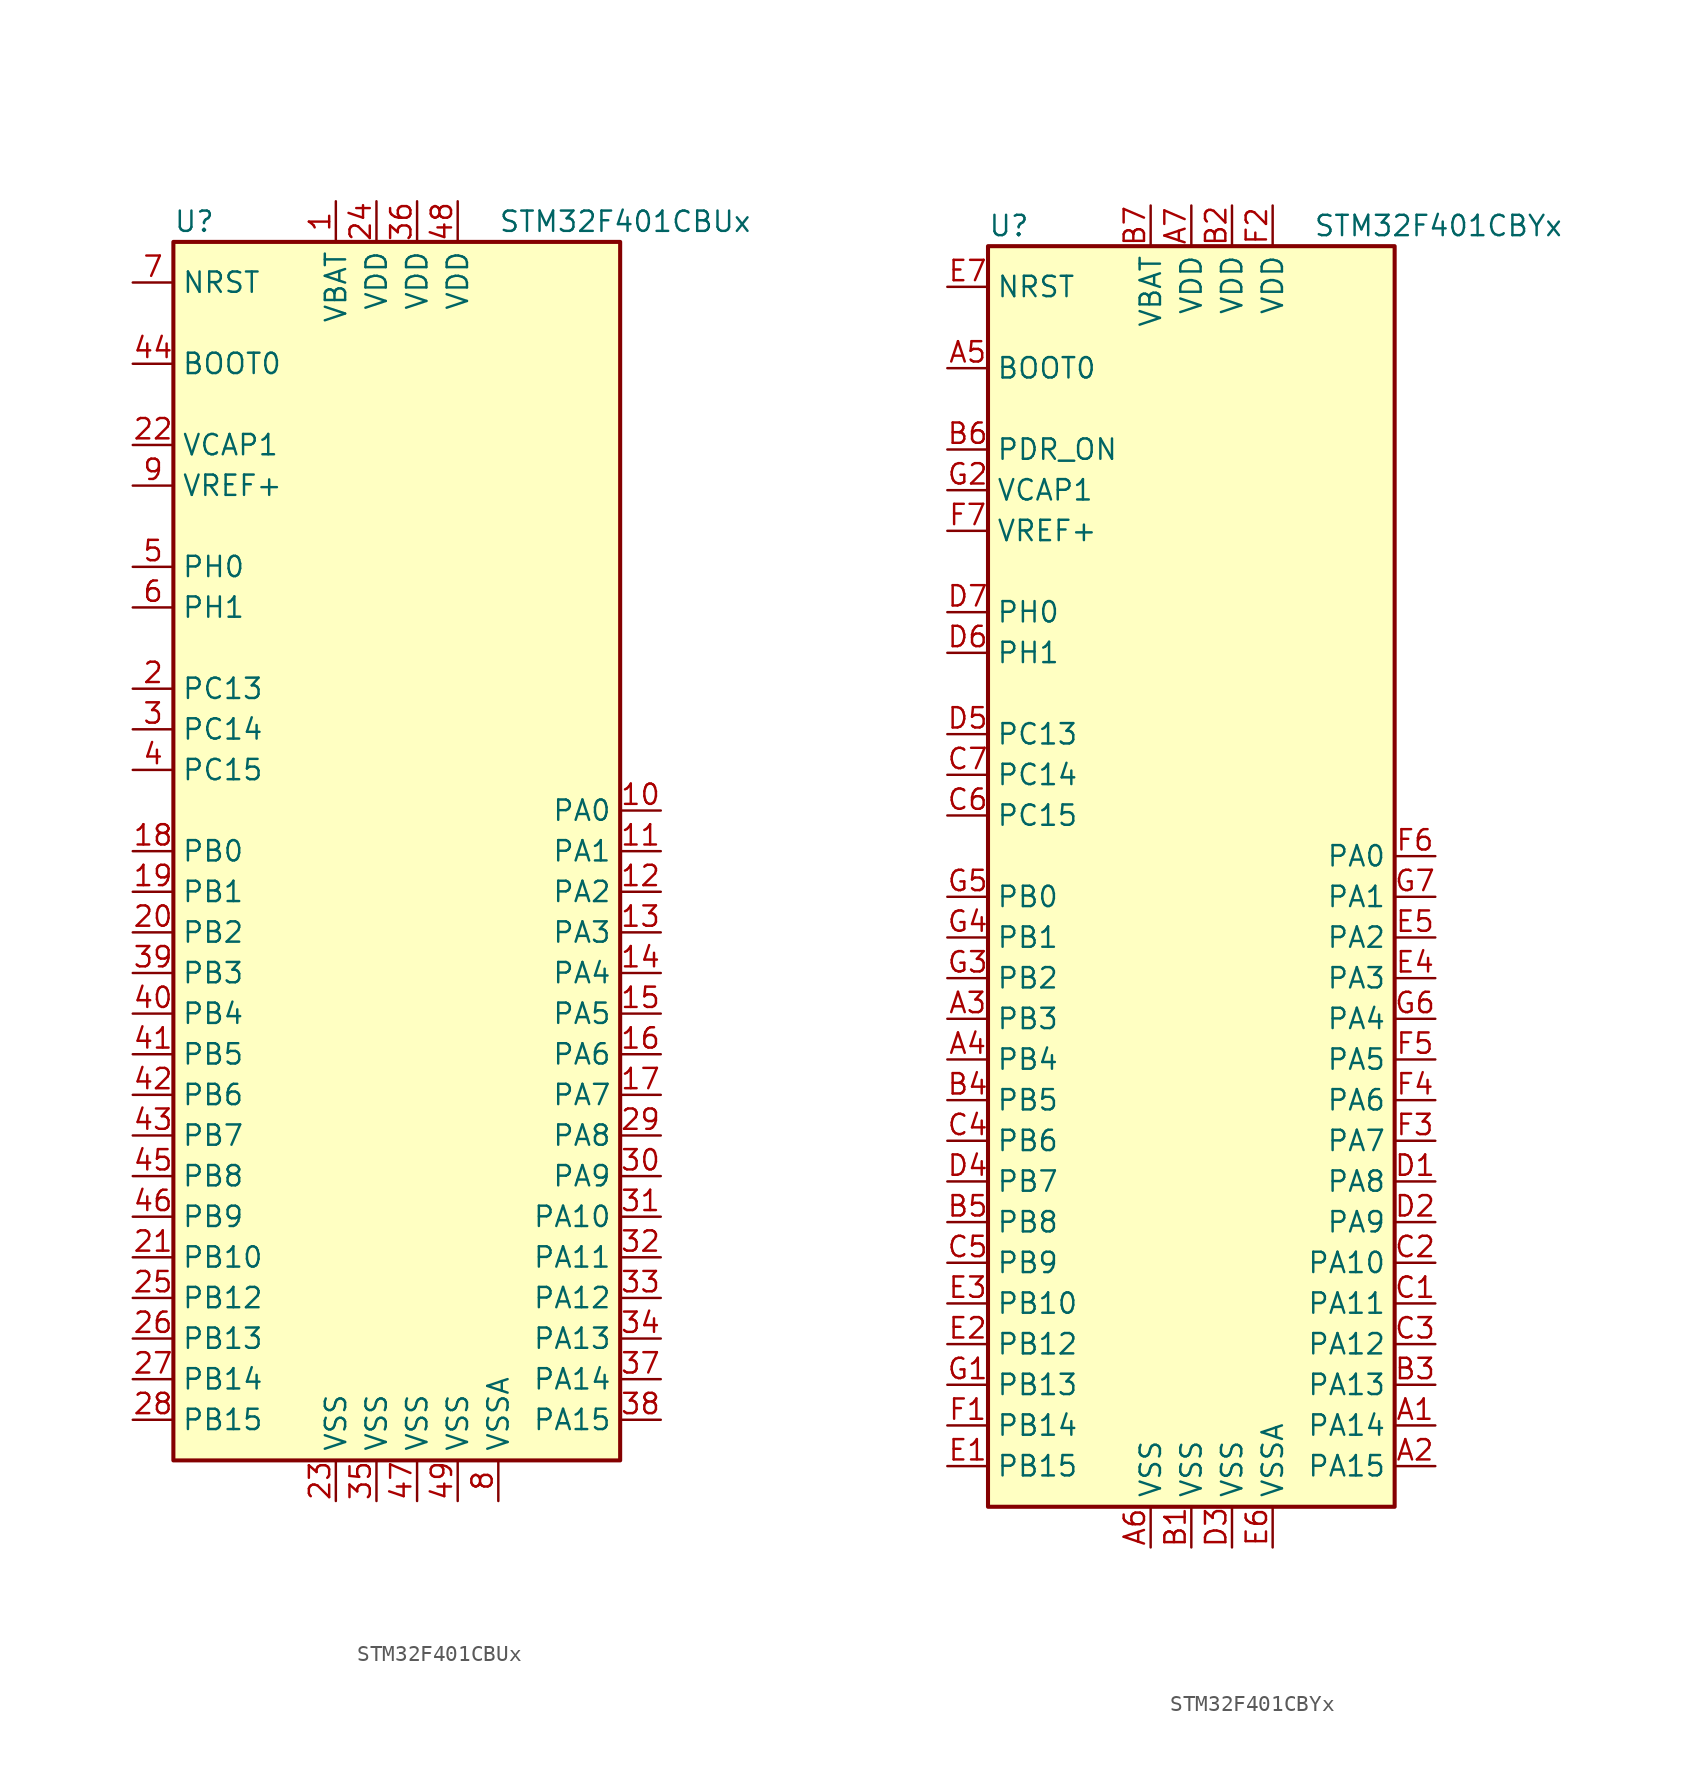
<source format=kicad_sym>
(kicad_symbol_lib
  (version 20220914)
  (generator kicad_symbol_editor)
  (symbol "STM32F401CBUx"
    (property "Reference" "U"
      (at -15.24 39.37 0)
      (effects (font (size 1.27 1.27)) (justify left)))
    (property "Value" "STM32F401CBUx"
      (at 5.08 39.37 0)
      (effects (font (size 1.27 1.27)) (justify left)))
    (symbol "STM32F401CBUx_0_1"
      (rectangle (start -15.24 -38.1) (end 12.7 38.1) (stroke (width 0.254) (type default)) (fill (type background))))
    (symbol "STM32F401CBUx_1_1"
      (pin power_in line (at -5.08 40.64 270) (length 2.54) (name "VBAT" (effects (font (size 1.27 1.27)))) (number "1" (effects (font (size 1.27 1.27)))))
      (pin bidirectional line (at 15.24 2.54 180) (length 2.54) (name "PA0" (effects (font (size 1.27 1.27)))) (number "10" (effects (font (size 1.27 1.27)))))
      (pin bidirectional line (at 15.24 0 180) (length 2.54) (name "PA1" (effects (font (size 1.27 1.27)))) (number "11" (effects (font (size 1.27 1.27)))))
      (pin bidirectional line (at 15.24 -2.54 180) (length 2.54) (name "PA2" (effects (font (size 1.27 1.27)))) (number "12" (effects (font (size 1.27 1.27)))))
      (pin bidirectional line (at 15.24 -5.08 180) (length 2.54) (name "PA3" (effects (font (size 1.27 1.27)))) (number "13" (effects (font (size 1.27 1.27)))))
      (pin bidirectional line (at 15.24 -7.62 180) (length 2.54) (name "PA4" (effects (font (size 1.27 1.27)))) (number "14" (effects (font (size 1.27 1.27)))))
      (pin bidirectional line (at 15.24 -10.16 180) (length 2.54) (name "PA5" (effects (font (size 1.27 1.27)))) (number "15" (effects (font (size 1.27 1.27)))))
      (pin bidirectional line (at 15.24 -12.7 180) (length 2.54) (name "PA6" (effects (font (size 1.27 1.27)))) (number "16" (effects (font (size 1.27 1.27)))))
      (pin bidirectional line (at 15.24 -15.24 180) (length 2.54) (name "PA7" (effects (font (size 1.27 1.27)))) (number "17" (effects (font (size 1.27 1.27)))))
      (pin bidirectional line (at -17.78 0 0) (length 2.54) (name "PB0" (effects (font (size 1.27 1.27)))) (number "18" (effects (font (size 1.27 1.27)))))
      (pin bidirectional line (at -17.78 -2.54 0) (length 2.54) (name "PB1" (effects (font (size 1.27 1.27)))) (number "19" (effects (font (size 1.27 1.27)))))
      (pin bidirectional line (at -17.78 10.16 0) (length 2.54) (name "PC13" (effects (font (size 1.27 1.27)))) (number "2" (effects (font (size 1.27 1.27)))))
      (pin bidirectional line (at -17.78 -5.08 0) (length 2.54) (name "PB2" (effects (font (size 1.27 1.27)))) (number "20" (effects (font (size 1.27 1.27)))))
      (pin bidirectional line (at -17.78 -25.4 0) (length 2.54) (name "PB10" (effects (font (size 1.27 1.27)))) (number "21" (effects (font (size 1.27 1.27)))))
      (pin power_in line (at -17.78 25.4 0) (length 2.54) (name "VCAP1" (effects (font (size 1.27 1.27)))) (number "22" (effects (font (size 1.27 1.27)))))
      (pin power_in line (at -5.08 -40.64 90) (length 2.54) (name "VSS" (effects (font (size 1.27 1.27)))) (number "23" (effects (font (size 1.27 1.27)))))
      (pin power_in line (at -2.54 40.64 270) (length 2.54) (name "VDD" (effects (font (size 1.27 1.27)))) (number "24" (effects (font (size 1.27 1.27)))))
      (pin bidirectional line (at -17.78 -27.94 0) (length 2.54) (name "PB12" (effects (font (size 1.27 1.27)))) (number "25" (effects (font (size 1.27 1.27)))))
      (pin bidirectional line (at -17.78 -30.48 0) (length 2.54) (name "PB13" (effects (font (size 1.27 1.27)))) (number "26" (effects (font (size 1.27 1.27)))))
      (pin bidirectional line (at -17.78 -33.02 0) (length 2.54) (name "PB14" (effects (font (size 1.27 1.27)))) (number "27" (effects (font (size 1.27 1.27)))))
      (pin bidirectional line (at -17.78 -35.56 0) (length 2.54) (name "PB15" (effects (font (size 1.27 1.27)))) (number "28" (effects (font (size 1.27 1.27)))))
      (pin bidirectional line (at 15.24 -17.78 180) (length 2.54) (name "PA8" (effects (font (size 1.27 1.27)))) (number "29" (effects (font (size 1.27 1.27)))))
      (pin bidirectional line (at -17.78 7.62 0) (length 2.54) (name "PC14" (effects (font (size 1.27 1.27)))) (number "3" (effects (font (size 1.27 1.27)))))
      (pin bidirectional line (at 15.24 -20.32 180) (length 2.54) (name "PA9" (effects (font (size 1.27 1.27)))) (number "30" (effects (font (size 1.27 1.27)))))
      (pin bidirectional line (at 15.24 -22.86 180) (length 2.54) (name "PA10" (effects (font (size 1.27 1.27)))) (number "31" (effects (font (size 1.27 1.27)))))
      (pin bidirectional line (at 15.24 -25.4 180) (length 2.54) (name "PA11" (effects (font (size 1.27 1.27)))) (number "32" (effects (font (size 1.27 1.27)))))
      (pin bidirectional line (at 15.24 -27.94 180) (length 2.54) (name "PA12" (effects (font (size 1.27 1.27)))) (number "33" (effects (font (size 1.27 1.27)))))
      (pin bidirectional line (at 15.24 -30.48 180) (length 2.54) (name "PA13" (effects (font (size 1.27 1.27)))) (number "34" (effects (font (size 1.27 1.27)))))
      (pin power_in line (at -2.54 -40.64 90) (length 2.54) (name "VSS" (effects (font (size 1.27 1.27)))) (number "35" (effects (font (size 1.27 1.27)))))
      (pin power_in line (at 0 40.64 270) (length 2.54) (name "VDD" (effects (font (size 1.27 1.27)))) (number "36" (effects (font (size 1.27 1.27)))))
      (pin bidirectional line (at 15.24 -33.02 180) (length 2.54) (name "PA14" (effects (font (size 1.27 1.27)))) (number "37" (effects (font (size 1.27 1.27)))))
      (pin bidirectional line (at 15.24 -35.56 180) (length 2.54) (name "PA15" (effects (font (size 1.27 1.27)))) (number "38" (effects (font (size 1.27 1.27)))))
      (pin bidirectional line (at -17.78 -7.62 0) (length 2.54) (name "PB3" (effects (font (size 1.27 1.27)))) (number "39" (effects (font (size 1.27 1.27)))))
      (pin bidirectional line (at -17.78 5.08 0) (length 2.54) (name "PC15" (effects (font (size 1.27 1.27)))) (number "4" (effects (font (size 1.27 1.27)))))
      (pin bidirectional line (at -17.78 -10.16 0) (length 2.54) (name "PB4" (effects (font (size 1.27 1.27)))) (number "40" (effects (font (size 1.27 1.27)))))
      (pin bidirectional line (at -17.78 -12.7 0) (length 2.54) (name "PB5" (effects (font (size 1.27 1.27)))) (number "41" (effects (font (size 1.27 1.27)))))
      (pin bidirectional line (at -17.78 -15.24 0) (length 2.54) (name "PB6" (effects (font (size 1.27 1.27)))) (number "42" (effects (font (size 1.27 1.27)))))
      (pin bidirectional line (at -17.78 -17.78 0) (length 2.54) (name "PB7" (effects (font (size 1.27 1.27)))) (number "43" (effects (font (size 1.27 1.27)))))
      (pin input line (at -17.78 30.48 0) (length 2.54) (name "BOOT0" (effects (font (size 1.27 1.27)))) (number "44" (effects (font (size 1.27 1.27)))))
      (pin bidirectional line (at -17.78 -20.32 0) (length 2.54) (name "PB8" (effects (font (size 1.27 1.27)))) (number "45" (effects (font (size 1.27 1.27)))))
      (pin bidirectional line (at -17.78 -22.86 0) (length 2.54) (name "PB9" (effects (font (size 1.27 1.27)))) (number "46" (effects (font (size 1.27 1.27)))))
      (pin power_in line (at 0 -40.64 90) (length 2.54) (name "VSS" (effects (font (size 1.27 1.27)))) (number "47" (effects (font (size 1.27 1.27)))))
      (pin power_in line (at 2.54 40.64 270) (length 2.54) (name "VDD" (effects (font (size 1.27 1.27)))) (number "48" (effects (font (size 1.27 1.27)))))
      (pin power_in line (at 2.54 -40.64 90) (length 2.54) (name "VSS" (effects (font (size 1.27 1.27)))) (number "49" (effects (font (size 1.27 1.27)))))
      (pin input line (at -17.78 17.78 0) (length 2.54) (name "PH0" (effects (font (size 1.27 1.27)))) (number "5" (effects (font (size 1.27 1.27)))))
      (pin input line (at -17.78 15.24 0) (length 2.54) (name "PH1" (effects (font (size 1.27 1.27)))) (number "6" (effects (font (size 1.27 1.27)))))
      (pin input line (at -17.78 35.56 0) (length 2.54) (name "NRST" (effects (font (size 1.27 1.27)))) (number "7" (effects (font (size 1.27 1.27)))))
      (pin power_in line (at 5.08 -40.64 90) (length 2.54) (name "VSSA" (effects (font (size 1.27 1.27)))) (number "8" (effects (font (size 1.27 1.27)))))
      (pin power_in line (at -17.78 22.86 0) (length 2.54) (name "VREF+" (effects (font (size 1.27 1.27)))) (number "9" (effects (font (size 1.27 1.27)))))))
  (symbol "STM32F401CBYx"
    (property "Reference" "U"
      (at -12.7 39.37 0)
      (effects (font (size 1.27 1.27)) (justify left)))
    (property "Value" "STM32F401CBYx"
      (at 7.62 39.37 0)
      (effects (font (size 1.27 1.27)) (justify left)))
    (symbol "STM32F401CBYx_0_1"
      (rectangle (start -12.7 -40.64) (end 12.7 38.1) (stroke (width 0.254) (type default)) (fill (type background))))
    (symbol "STM32F401CBYx_1_1"
      (pin bidirectional line (at 15.24 -35.56 180) (length 2.54) (name "PA14" (effects (font (size 1.27 1.27)))) (number "A1" (effects (font (size 1.27 1.27)))))
      (pin bidirectional line (at 15.24 -38.1 180) (length 2.54) (name "PA15" (effects (font (size 1.27 1.27)))) (number "A2" (effects (font (size 1.27 1.27)))))
      (pin bidirectional line (at -15.24 -10.16 0) (length 2.54) (name "PB3" (effects (font (size 1.27 1.27)))) (number "A3" (effects (font (size 1.27 1.27)))))
      (pin bidirectional line (at -15.24 -12.7 0) (length 2.54) (name "PB4" (effects (font (size 1.27 1.27)))) (number "A4" (effects (font (size 1.27 1.27)))))
      (pin input line (at -15.24 30.48 0) (length 2.54) (name "BOOT0" (effects (font (size 1.27 1.27)))) (number "A5" (effects (font (size 1.27 1.27)))))
      (pin power_in line (at -2.54 -43.18 90) (length 2.54) (name "VSS" (effects (font (size 1.27 1.27)))) (number "A6" (effects (font (size 1.27 1.27)))))
      (pin power_in line (at 0 40.64 270) (length 2.54) (name "VDD" (effects (font (size 1.27 1.27)))) (number "A7" (effects (font (size 1.27 1.27)))))
      (pin power_in line (at 0 -43.18 90) (length 2.54) (name "VSS" (effects (font (size 1.27 1.27)))) (number "B1" (effects (font (size 1.27 1.27)))))
      (pin power_in line (at 2.54 40.64 270) (length 2.54) (name "VDD" (effects (font (size 1.27 1.27)))) (number "B2" (effects (font (size 1.27 1.27)))))
      (pin bidirectional line (at 15.24 -33.02 180) (length 2.54) (name "PA13" (effects (font (size 1.27 1.27)))) (number "B3" (effects (font (size 1.27 1.27)))))
      (pin bidirectional line (at -15.24 -15.24 0) (length 2.54) (name "PB5" (effects (font (size 1.27 1.27)))) (number "B4" (effects (font (size 1.27 1.27)))))
      (pin bidirectional line (at -15.24 -22.86 0) (length 2.54) (name "PB8" (effects (font (size 1.27 1.27)))) (number "B5" (effects (font (size 1.27 1.27)))))
      (pin power_in line (at -15.24 25.4 0) (length 2.54) (name "PDR_ON" (effects (font (size 1.27 1.27)))) (number "B6" (effects (font (size 1.27 1.27)))))
      (pin power_in line (at -2.54 40.64 270) (length 2.54) (name "VBAT" (effects (font (size 1.27 1.27)))) (number "B7" (effects (font (size 1.27 1.27)))))
      (pin bidirectional line (at 15.24 -27.94 180) (length 2.54) (name "PA11" (effects (font (size 1.27 1.27)))) (number "C1" (effects (font (size 1.27 1.27)))))
      (pin bidirectional line (at 15.24 -25.4 180) (length 2.54) (name "PA10" (effects (font (size 1.27 1.27)))) (number "C2" (effects (font (size 1.27 1.27)))))
      (pin bidirectional line (at 15.24 -30.48 180) (length 2.54) (name "PA12" (effects (font (size 1.27 1.27)))) (number "C3" (effects (font (size 1.27 1.27)))))
      (pin bidirectional line (at -15.24 -17.78 0) (length 2.54) (name "PB6" (effects (font (size 1.27 1.27)))) (number "C4" (effects (font (size 1.27 1.27)))))
      (pin bidirectional line (at -15.24 -25.4 0) (length 2.54) (name "PB9" (effects (font (size 1.27 1.27)))) (number "C5" (effects (font (size 1.27 1.27)))))
      (pin bidirectional line (at -15.24 2.54 0) (length 2.54) (name "PC15" (effects (font (size 1.27 1.27)))) (number "C6" (effects (font (size 1.27 1.27)))))
      (pin bidirectional line (at -15.24 5.08 0) (length 2.54) (name "PC14" (effects (font (size 1.27 1.27)))) (number "C7" (effects (font (size 1.27 1.27)))))
      (pin bidirectional line (at 15.24 -20.32 180) (length 2.54) (name "PA8" (effects (font (size 1.27 1.27)))) (number "D1" (effects (font (size 1.27 1.27)))))
      (pin bidirectional line (at 15.24 -22.86 180) (length 2.54) (name "PA9" (effects (font (size 1.27 1.27)))) (number "D2" (effects (font (size 1.27 1.27)))))
      (pin power_in line (at 2.54 -43.18 90) (length 2.54) (name "VSS" (effects (font (size 1.27 1.27)))) (number "D3" (effects (font (size 1.27 1.27)))))
      (pin bidirectional line (at -15.24 -20.32 0) (length 2.54) (name "PB7" (effects (font (size 1.27 1.27)))) (number "D4" (effects (font (size 1.27 1.27)))))
      (pin bidirectional line (at -15.24 7.62 0) (length 2.54) (name "PC13" (effects (font (size 1.27 1.27)))) (number "D5" (effects (font (size 1.27 1.27)))))
      (pin input line (at -15.24 12.7 0) (length 2.54) (name "PH1" (effects (font (size 1.27 1.27)))) (number "D6" (effects (font (size 1.27 1.27)))))
      (pin input line (at -15.24 15.24 0) (length 2.54) (name "PH0" (effects (font (size 1.27 1.27)))) (number "D7" (effects (font (size 1.27 1.27)))))
      (pin bidirectional line (at -15.24 -38.1 0) (length 2.54) (name "PB15" (effects (font (size 1.27 1.27)))) (number "E1" (effects (font (size 1.27 1.27)))))
      (pin bidirectional line (at -15.24 -30.48 0) (length 2.54) (name "PB12" (effects (font (size 1.27 1.27)))) (number "E2" (effects (font (size 1.27 1.27)))))
      (pin bidirectional line (at -15.24 -27.94 0) (length 2.54) (name "PB10" (effects (font (size 1.27 1.27)))) (number "E3" (effects (font (size 1.27 1.27)))))
      (pin bidirectional line (at 15.24 -7.62 180) (length 2.54) (name "PA3" (effects (font (size 1.27 1.27)))) (number "E4" (effects (font (size 1.27 1.27)))))
      (pin bidirectional line (at 15.24 -5.08 180) (length 2.54) (name "PA2" (effects (font (size 1.27 1.27)))) (number "E5" (effects (font (size 1.27 1.27)))))
      (pin power_in line (at 5.08 -43.18 90) (length 2.54) (name "VSSA" (effects (font (size 1.27 1.27)))) (number "E6" (effects (font (size 1.27 1.27)))))
      (pin input line (at -15.24 35.56 0) (length 2.54) (name "NRST" (effects (font (size 1.27 1.27)))) (number "E7" (effects (font (size 1.27 1.27)))))
      (pin bidirectional line (at -15.24 -35.56 0) (length 2.54) (name "PB14" (effects (font (size 1.27 1.27)))) (number "F1" (effects (font (size 1.27 1.27)))))
      (pin power_in line (at 5.08 40.64 270) (length 2.54) (name "VDD" (effects (font (size 1.27 1.27)))) (number "F2" (effects (font (size 1.27 1.27)))))
      (pin bidirectional line (at 15.24 -17.78 180) (length 2.54) (name "PA7" (effects (font (size 1.27 1.27)))) (number "F3" (effects (font (size 1.27 1.27)))))
      (pin bidirectional line (at 15.24 -15.24 180) (length 2.54) (name "PA6" (effects (font (size 1.27 1.27)))) (number "F4" (effects (font (size 1.27 1.27)))))
      (pin bidirectional line (at 15.24 -12.7 180) (length 2.54) (name "PA5" (effects (font (size 1.27 1.27)))) (number "F5" (effects (font (size 1.27 1.27)))))
      (pin bidirectional line (at 15.24 0 180) (length 2.54) (name "PA0" (effects (font (size 1.27 1.27)))) (number "F6" (effects (font (size 1.27 1.27)))))
      (pin power_in line (at -15.24 20.32 0) (length 2.54) (name "VREF+" (effects (font (size 1.27 1.27)))) (number "F7" (effects (font (size 1.27 1.27)))))
      (pin bidirectional line (at -15.24 -33.02 0) (length 2.54) (name "PB13" (effects (font (size 1.27 1.27)))) (number "G1" (effects (font (size 1.27 1.27)))))
      (pin power_in line (at -15.24 22.86 0) (length 2.54) (name "VCAP1" (effects (font (size 1.27 1.27)))) (number "G2" (effects (font (size 1.27 1.27)))))
      (pin bidirectional line (at -15.24 -7.62 0) (length 2.54) (name "PB2" (effects (font (size 1.27 1.27)))) (number "G3" (effects (font (size 1.27 1.27)))))
      (pin bidirectional line (at -15.24 -5.08 0) (length 2.54) (name "PB1" (effects (font (size 1.27 1.27)))) (number "G4" (effects (font (size 1.27 1.27)))))
      (pin bidirectional line (at -15.24 -2.54 0) (length 2.54) (name "PB0" (effects (font (size 1.27 1.27)))) (number "G5" (effects (font (size 1.27 1.27)))))
      (pin bidirectional line (at 15.24 -10.16 180) (length 2.54) (name "PA4" (effects (font (size 1.27 1.27)))) (number "G6" (effects (font (size 1.27 1.27)))))
      (pin bidirectional line (at 15.24 -2.54 180) (length 2.54) (name "PA1" (effects (font (size 1.27 1.27)))) (number "G7" (effects (font (size 1.27 1.27))))))))
</source>
